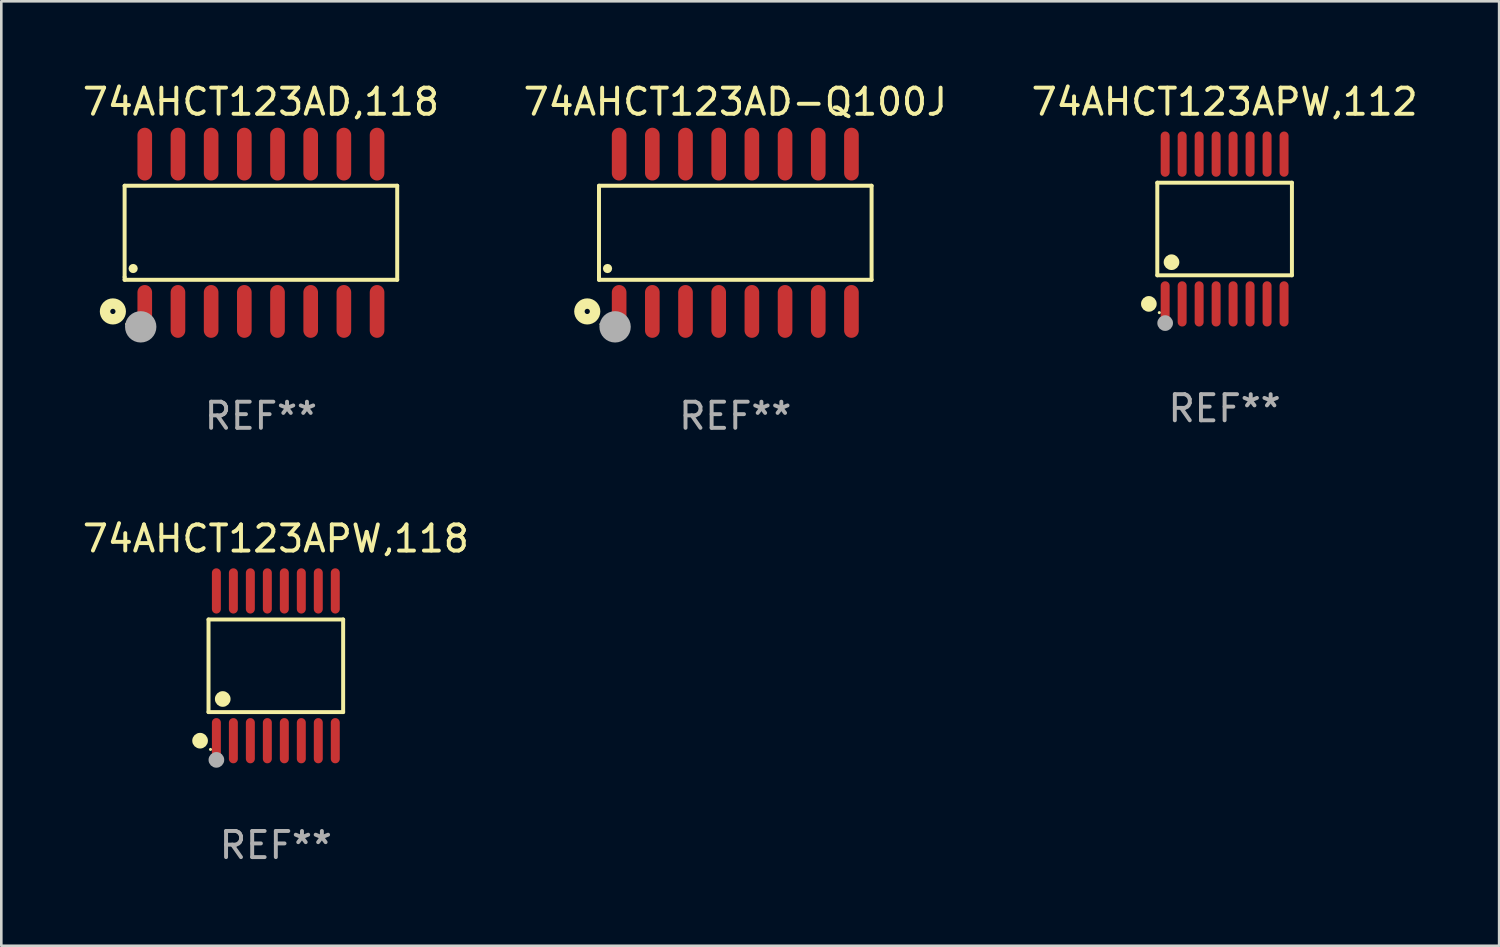
<source format=kicad_pcb>
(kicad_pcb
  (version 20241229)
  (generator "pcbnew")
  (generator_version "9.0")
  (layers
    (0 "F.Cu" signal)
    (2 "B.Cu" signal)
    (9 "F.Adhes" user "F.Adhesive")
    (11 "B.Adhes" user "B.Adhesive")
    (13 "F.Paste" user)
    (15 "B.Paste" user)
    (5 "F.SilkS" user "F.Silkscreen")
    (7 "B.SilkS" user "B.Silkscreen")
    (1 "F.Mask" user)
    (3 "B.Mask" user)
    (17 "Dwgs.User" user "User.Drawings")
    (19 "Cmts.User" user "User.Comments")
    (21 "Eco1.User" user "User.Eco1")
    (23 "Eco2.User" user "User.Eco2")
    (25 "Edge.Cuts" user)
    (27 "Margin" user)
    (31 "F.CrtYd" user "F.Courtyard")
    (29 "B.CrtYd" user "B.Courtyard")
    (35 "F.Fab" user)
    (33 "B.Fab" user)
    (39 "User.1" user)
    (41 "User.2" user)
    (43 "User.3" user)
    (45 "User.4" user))
  (footprint "74AHCT123AD,118"
    (layer "F.Cu")
    (at 6.935 5.858)
    (property "Reference" "74AHCT123AD,118" (at 0 -5.01 0) (layer "F.SilkS") (effects (font (size 1 1) (thickness 0.15))))
    (attr through_hole)
    (fp_line (start -5.216 -1.8) (end 5.216 -1.8) (stroke (width 0.152) (type solid)) (layer "F.SilkS"))
    (fp_line (start -5.216 1.695) (end -5.216 -1.8) (stroke (width 0.152) (type solid)) (layer "F.SilkS"))
    (fp_line (start -5.216 1.8) (end -5.216 1.695) (stroke (width 0.152) (type solid)) (layer "F.SilkS"))
    (fp_line (start 5.216 -1.8) (end 5.216 1.8) (stroke (width 0.152) (type solid)) (layer "F.SilkS"))
    (fp_line (start 5.216 1.8) (end -5.216 1.8) (stroke (width 0.152) (type solid)) (layer "F.SilkS"))
    (fp_circle (center -5.665 3.01) (end -5.565 3.01) (stroke (width 0.4) (type solid)) (fill no) (layer "F.SilkS"))
    (fp_circle (center -5.14 3.5) (end -5.11 3.5) (stroke (width 0.06) (type solid)) (fill no) (layer "F.SilkS"))
    (fp_circle (center -4.889 1.368) (end -4.801 1.368) (stroke (width 0.175) (type solid)) (fill no) (layer "F.SilkS"))
    (fp_circle (center -4.6 3.6) (end -4.3 3.6) (stroke (width 0.6) (type solid)) (fill no) (layer "F.Fab"))
    (fp_text user "REF**" (at 0 7.01 0) (layer "F.Fab") (effects (font (size 1 1) (thickness 0.15))))
    (pad "1" smd oval (at -4.445 3.01) (size 0.56 2.02) (layers "F.Cu" "F.Mask" "F.Paste"))
    (pad "2" smd oval (at -3.175 3.01) (size 0.56 2.02) (layers "F.Cu" "F.Mask" "F.Paste"))
    (pad "3" smd oval (at -1.905 3.01) (size 0.56 2.02) (layers "F.Cu" "F.Mask" "F.Paste"))
    (pad "4" smd oval (at -0.635 3.01) (size 0.56 2.02) (layers "F.Cu" "F.Mask" "F.Paste"))
    (pad "5" smd oval (at 0.635 3.01) (size 0.56 2.02) (layers "F.Cu" "F.Mask" "F.Paste"))
    (pad "6" smd oval (at 1.905 3.01) (size 0.56 2.02) (layers "F.Cu" "F.Mask" "F.Paste"))
    (pad "7" smd oval (at 3.175 3.01) (size 0.56 2.02) (layers "F.Cu" "F.Mask" "F.Paste"))
    (pad "8" smd oval (at 4.445 3.01) (size 0.56 2.02) (layers "F.Cu" "F.Mask" "F.Paste"))
    (pad "9" smd oval (at 4.445 -3.01) (size 0.56 2.02) (layers "F.Cu" "F.Mask" "F.Paste"))
    (pad "10" smd oval (at 3.175 -3.01) (size 0.56 2.02) (layers "F.Cu" "F.Mask" "F.Paste"))
    (pad "11" smd oval (at 1.905 -3.01) (size 0.56 2.02) (layers "F.Cu" "F.Mask" "F.Paste"))
    (pad "12" smd oval (at 0.635 -3.01) (size 0.56 2.02) (layers "F.Cu" "F.Mask" "F.Paste"))
    (pad "13" smd oval (at -0.635 -3.01) (size 0.56 2.02) (layers "F.Cu" "F.Mask" "F.Paste"))
    (pad "14" smd oval (at -1.905 -3.01) (size 0.56 2.02) (layers "F.Cu" "F.Mask" "F.Paste"))
    (pad "15" smd oval (at -3.175 -3.01) (size 0.56 2.02) (layers "F.Cu" "F.Mask" "F.Paste"))
    (pad "16" smd oval (at -4.445 -3.01) (size 0.56 2.02) (layers "F.Cu" "F.Mask" "F.Paste")))
  (footprint "74AHCT123APW,112"
    (layer "F.Cu")
    (at 43.815 5.714)
    (property "Reference" "74AHCT123APW,112" (at 0 -4.866 0) (layer "F.SilkS") (effects (font (size 1 1) (thickness 0.15))))
    (attr through_hole)
    (fp_line (start -2.576 -1.772) (end 2.576 -1.772) (stroke (width 0.152) (type solid)) (layer "F.SilkS"))
    (fp_line (start -2.576 1.771) (end -2.576 -1.772) (stroke (width 0.152) (type solid)) (layer "F.SilkS"))
    (fp_line (start 2.576 -1.772) (end 2.576 1.771) (stroke (width 0.152) (type solid)) (layer "F.SilkS"))
    (fp_line (start 2.576 1.771) (end -2.576 1.771) (stroke (width 0.152) (type solid)) (layer "F.SilkS"))
    (fp_circle (center -2.899 2.866) (end -2.749 2.866) (stroke (width 0.3) (type solid)) (fill no) (layer "F.SilkS"))
    (fp_circle (center -2.5 3.2) (end -2.47 3.2) (stroke (width 0.06) (type solid)) (fill no) (layer "F.SilkS"))
    (fp_circle (center -2.032 1.27) (end -1.882 1.27) (stroke (width 0.3) (type solid)) (fill no) (layer "F.SilkS"))
    (fp_circle (center -2.275 3.6) (end -2.125 3.6) (stroke (width 0.3) (type solid)) (fill no) (layer "F.Fab"))
    (fp_text user "REF**" (at 0 6.866 0) (layer "F.Fab") (effects (font (size 1 1) (thickness 0.15))))
    (pad "1" smd oval (at -2.275 2.866) (size 0.343 1.731) (layers "F.Cu" "F.Mask" "F.Paste"))
    (pad "2" smd oval (at -1.625 2.866) (size 0.343 1.731) (layers "F.Cu" "F.Mask" "F.Paste"))
    (pad "3" smd oval (at -0.975 2.866) (size 0.343 1.731) (layers "F.Cu" "F.Mask" "F.Paste"))
    (pad "4" smd oval (at -0.325 2.866) (size 0.343 1.731) (layers "F.Cu" "F.Mask" "F.Paste"))
    (pad "5" smd oval (at 0.325 2.866) (size 0.343 1.731) (layers "F.Cu" "F.Mask" "F.Paste"))
    (pad "6" smd oval (at 0.975 2.866) (size 0.343 1.731) (layers "F.Cu" "F.Mask" "F.Paste"))
    (pad "7" smd oval (at 1.625 2.866) (size 0.343 1.731) (layers "F.Cu" "F.Mask" "F.Paste"))
    (pad "8" smd oval (at 2.275 2.866) (size 0.343 1.731) (layers "F.Cu" "F.Mask" "F.Paste"))
    (pad "9" smd oval (at 2.275 -2.866) (size 0.343 1.731) (layers "F.Cu" "F.Mask" "F.Paste"))
    (pad "10" smd oval (at 1.625 -2.866) (size 0.343 1.731) (layers "F.Cu" "F.Mask" "F.Paste"))
    (pad "11" smd oval (at 0.975 -2.866) (size 0.343 1.731) (layers "F.Cu" "F.Mask" "F.Paste"))
    (pad "12" smd oval (at 0.325 -2.866) (size 0.343 1.731) (layers "F.Cu" "F.Mask" "F.Paste"))
    (pad "13" smd oval (at -0.325 -2.866) (size 0.343 1.731) (layers "F.Cu" "F.Mask" "F.Paste"))
    (pad "14" smd oval (at -0.975 -2.866) (size 0.343 1.731) (layers "F.Cu" "F.Mask" "F.Paste"))
    (pad "15" smd oval (at -1.625 -2.866) (size 0.343 1.731) (layers "F.Cu" "F.Mask" "F.Paste"))
    (pad "16" smd oval (at -2.275 -2.866) (size 0.343 1.731) (layers "F.Cu" "F.Mask" "F.Paste")))
  (footprint "74AHCT123AD-Q100J"
    (layer "F.Cu")
    (at 25.089 5.858)
    (property "Reference" "74AHCT123AD-Q100J" (at 0 -5.01 0) (layer "F.SilkS") (effects (font (size 1 1) (thickness 0.15))))
    (attr through_hole)
    (fp_line (start -5.216 -1.8) (end 5.216 -1.8) (stroke (width 0.152) (type solid)) (layer "F.SilkS"))
    (fp_line (start -5.216 1.695) (end -5.216 -1.8) (stroke (width 0.152) (type solid)) (layer "F.SilkS"))
    (fp_line (start -5.216 1.8) (end -5.216 1.695) (stroke (width 0.152) (type solid)) (layer "F.SilkS"))
    (fp_line (start 5.216 -1.8) (end 5.216 1.8) (stroke (width 0.152) (type solid)) (layer "F.SilkS"))
    (fp_line (start 5.216 1.8) (end -5.216 1.8) (stroke (width 0.152) (type solid)) (layer "F.SilkS"))
    (fp_circle (center -5.665 3.01) (end -5.565 3.01) (stroke (width 0.4) (type solid)) (fill no) (layer "F.SilkS"))
    (fp_circle (center -5.14 3.5) (end -5.11 3.5) (stroke (width 0.06) (type solid)) (fill no) (layer "F.SilkS"))
    (fp_circle (center -4.889 1.368) (end -4.801 1.368) (stroke (width 0.175) (type solid)) (fill no) (layer "F.SilkS"))
    (fp_circle (center -4.6 3.6) (end -4.3 3.6) (stroke (width 0.6) (type solid)) (fill no) (layer "F.Fab"))
    (fp_text user "REF**" (at 0 7.01 0) (layer "F.Fab") (effects (font (size 1 1) (thickness 0.15))))
    (pad "1" smd oval (at -4.445 3.01) (size 0.56 2.02) (layers "F.Cu" "F.Mask" "F.Paste"))
    (pad "2" smd oval (at -3.175 3.01) (size 0.56 2.02) (layers "F.Cu" "F.Mask" "F.Paste"))
    (pad "3" smd oval (at -1.905 3.01) (size 0.56 2.02) (layers "F.Cu" "F.Mask" "F.Paste"))
    (pad "4" smd oval (at -0.635 3.01) (size 0.56 2.02) (layers "F.Cu" "F.Mask" "F.Paste"))
    (pad "5" smd oval (at 0.635 3.01) (size 0.56 2.02) (layers "F.Cu" "F.Mask" "F.Paste"))
    (pad "6" smd oval (at 1.905 3.01) (size 0.56 2.02) (layers "F.Cu" "F.Mask" "F.Paste"))
    (pad "7" smd oval (at 3.175 3.01) (size 0.56 2.02) (layers "F.Cu" "F.Mask" "F.Paste"))
    (pad "8" smd oval (at 4.445 3.01) (size 0.56 2.02) (layers "F.Cu" "F.Mask" "F.Paste"))
    (pad "9" smd oval (at 4.445 -3.01) (size 0.56 2.02) (layers "F.Cu" "F.Mask" "F.Paste"))
    (pad "10" smd oval (at 3.175 -3.01) (size 0.56 2.02) (layers "F.Cu" "F.Mask" "F.Paste"))
    (pad "11" smd oval (at 1.905 -3.01) (size 0.56 2.02) (layers "F.Cu" "F.Mask" "F.Paste"))
    (pad "12" smd oval (at 0.635 -3.01) (size 0.56 2.02) (layers "F.Cu" "F.Mask" "F.Paste"))
    (pad "13" smd oval (at -0.635 -3.01) (size 0.56 2.02) (layers "F.Cu" "F.Mask" "F.Paste"))
    (pad "14" smd oval (at -1.905 -3.01) (size 0.56 2.02) (layers "F.Cu" "F.Mask" "F.Paste"))
    (pad "15" smd oval (at -3.175 -3.01) (size 0.56 2.02) (layers "F.Cu" "F.Mask" "F.Paste"))
    (pad "16" smd oval (at -4.445 -3.01) (size 0.56 2.02) (layers "F.Cu" "F.Mask" "F.Paste")))
  (footprint "74AHCT123APW,118"
    (layer "F.Cu")
    (at 7.506 22.43)
    (property "Reference" "74AHCT123APW,118" (at 0 -4.866 0) (layer "F.SilkS") (effects (font (size 1 1) (thickness 0.15))))
    (attr through_hole)
    (fp_line (start -2.576 -1.772) (end 2.576 -1.772) (stroke (width 0.152) (type solid)) (layer "F.SilkS"))
    (fp_line (start -2.576 1.771) (end -2.576 -1.772) (stroke (width 0.152) (type solid)) (layer "F.SilkS"))
    (fp_line (start 2.576 -1.772) (end 2.576 1.771) (stroke (width 0.152) (type solid)) (layer "F.SilkS"))
    (fp_line (start 2.576 1.771) (end -2.576 1.771) (stroke (width 0.152) (type solid)) (layer "F.SilkS"))
    (fp_circle (center -2.899 2.866) (end -2.749 2.866) (stroke (width 0.3) (type solid)) (fill no) (layer "F.SilkS"))
    (fp_circle (center -2.5 3.2) (end -2.47 3.2) (stroke (width 0.06) (type solid)) (fill no) (layer "F.SilkS"))
    (fp_circle (center -2.032 1.27) (end -1.882 1.27) (stroke (width 0.3) (type solid)) (fill no) (layer "F.SilkS"))
    (fp_circle (center -2.275 3.6) (end -2.125 3.6) (stroke (width 0.3) (type solid)) (fill no) (layer "F.Fab"))
    (fp_text user "REF**" (at 0 6.866 0) (layer "F.Fab") (effects (font (size 1 1) (thickness 0.15))))
    (pad "1" smd oval (at -2.275 2.866) (size 0.343 1.731) (layers "F.Cu" "F.Mask" "F.Paste"))
    (pad "2" smd oval (at -1.625 2.866) (size 0.343 1.731) (layers "F.Cu" "F.Mask" "F.Paste"))
    (pad "3" smd oval (at -0.975 2.866) (size 0.343 1.731) (layers "F.Cu" "F.Mask" "F.Paste"))
    (pad "4" smd oval (at -0.325 2.866) (size 0.343 1.731) (layers "F.Cu" "F.Mask" "F.Paste"))
    (pad "5" smd oval (at 0.325 2.866) (size 0.343 1.731) (layers "F.Cu" "F.Mask" "F.Paste"))
    (pad "6" smd oval (at 0.975 2.866) (size 0.343 1.731) (layers "F.Cu" "F.Mask" "F.Paste"))
    (pad "7" smd oval (at 1.625 2.866) (size 0.343 1.731) (layers "F.Cu" "F.Mask" "F.Paste"))
    (pad "8" smd oval (at 2.275 2.866) (size 0.343 1.731) (layers "F.Cu" "F.Mask" "F.Paste"))
    (pad "9" smd oval (at 2.275 -2.866) (size 0.343 1.731) (layers "F.Cu" "F.Mask" "F.Paste"))
    (pad "10" smd oval (at 1.625 -2.866) (size 0.343 1.731) (layers "F.Cu" "F.Mask" "F.Paste"))
    (pad "11" smd oval (at 0.975 -2.866) (size 0.343 1.731) (layers "F.Cu" "F.Mask" "F.Paste"))
    (pad "12" smd oval (at 0.325 -2.866) (size 0.343 1.731) (layers "F.Cu" "F.Mask" "F.Paste"))
    (pad "13" smd oval (at -0.325 -2.866) (size 0.343 1.731) (layers "F.Cu" "F.Mask" "F.Paste"))
    (pad "14" smd oval (at -0.975 -2.866) (size 0.343 1.731) (layers "F.Cu" "F.Mask" "F.Paste"))
    (pad "15" smd oval (at -1.625 -2.866) (size 0.343 1.731) (layers "F.Cu" "F.Mask" "F.Paste"))
    (pad "16" smd oval (at -2.275 -2.866) (size 0.343 1.731) (layers "F.Cu" "F.Mask" "F.Paste")))
  (gr_rect
    (start -3 -3)
    (end 54.321 33.144)
    (stroke (width 0.1) (type default))
    (fill no)
    (layer "Edge.Cuts")))
</source>
